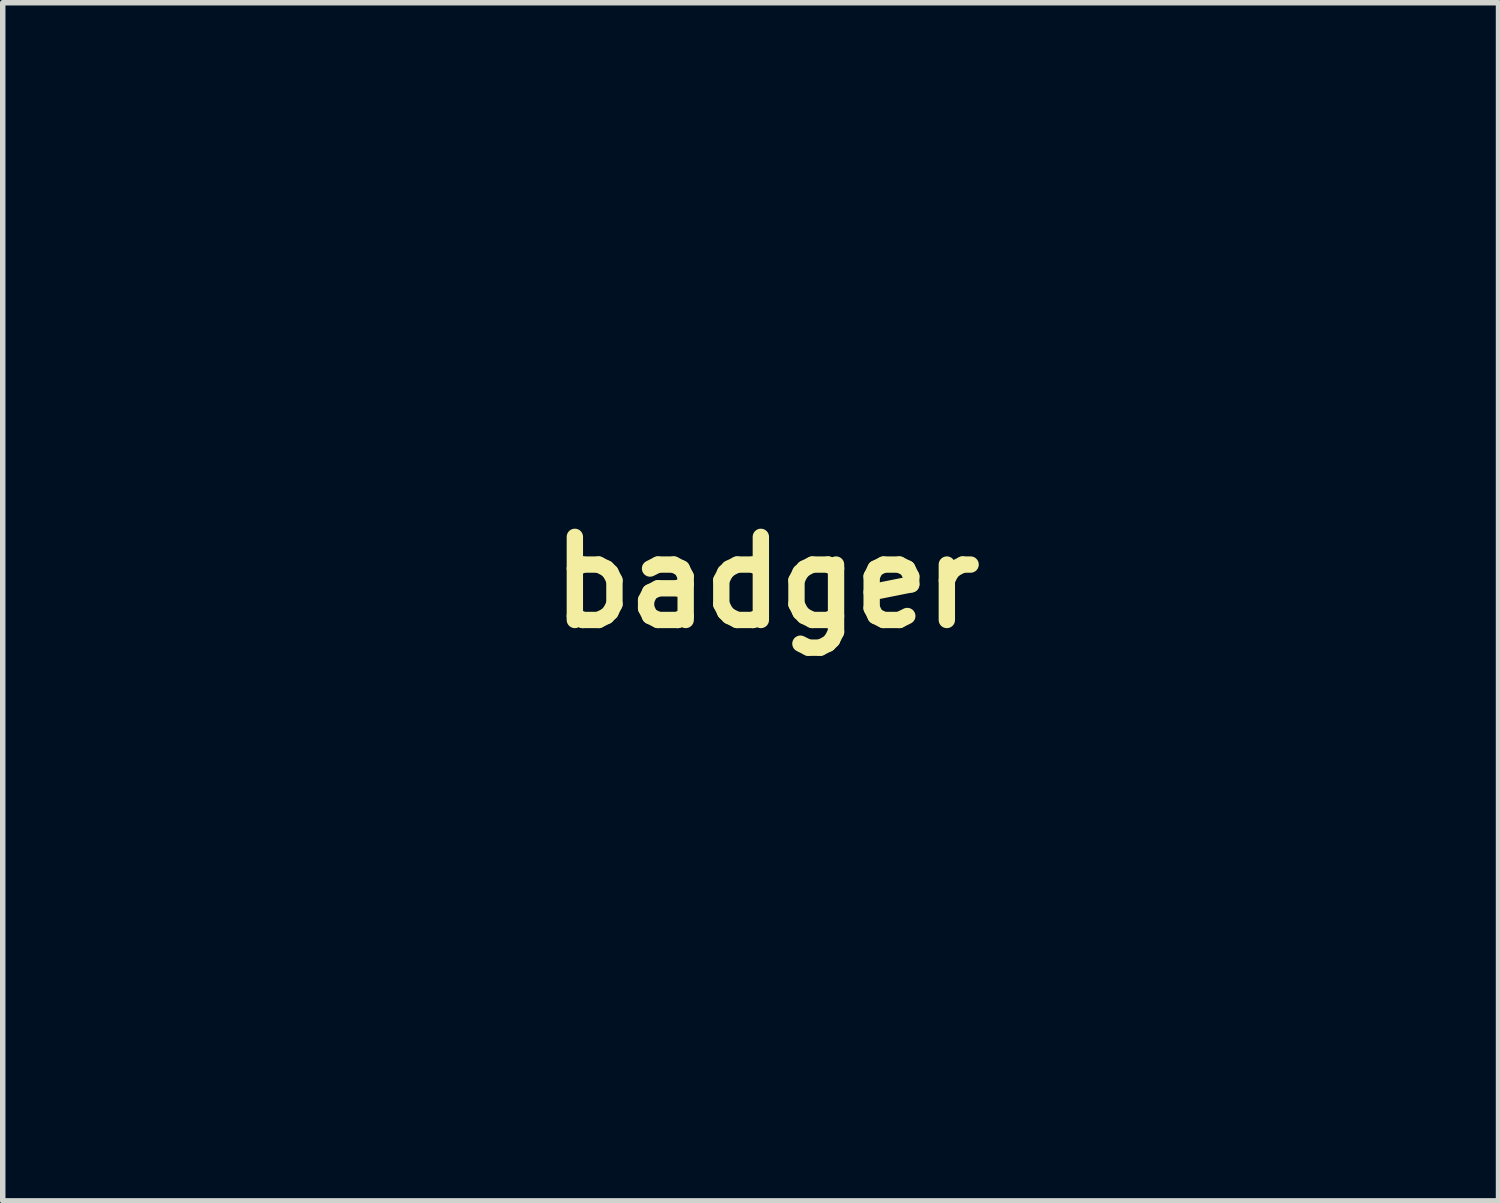
<source format=kicad_pcb>
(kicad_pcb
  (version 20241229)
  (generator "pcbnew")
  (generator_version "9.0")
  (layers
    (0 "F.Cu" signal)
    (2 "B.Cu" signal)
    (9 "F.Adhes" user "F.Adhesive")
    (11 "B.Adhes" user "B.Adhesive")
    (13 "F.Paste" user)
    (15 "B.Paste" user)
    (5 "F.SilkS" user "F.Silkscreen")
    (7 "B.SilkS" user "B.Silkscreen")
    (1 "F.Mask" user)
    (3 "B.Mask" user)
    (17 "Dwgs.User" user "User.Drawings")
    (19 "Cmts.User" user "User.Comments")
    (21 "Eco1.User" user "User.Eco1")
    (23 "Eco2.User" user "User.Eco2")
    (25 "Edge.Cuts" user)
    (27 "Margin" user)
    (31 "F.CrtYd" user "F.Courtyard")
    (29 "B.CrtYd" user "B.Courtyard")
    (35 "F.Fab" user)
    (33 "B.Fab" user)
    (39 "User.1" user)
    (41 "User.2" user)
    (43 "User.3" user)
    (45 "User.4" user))
  (footprint "badger"
    (layer "F.Cu")
    (at 11.012 7.63)
    (property "Reference" "badger" (at 0 0 0) (layer "F.SilkS") (effects (font (size 1.524 1.524) (thickness 0.3))))
    (attr through_hole)
    (fp_poly (pts (xy -9.694 7.853) (xy -9.716 7.874) (xy -9.737 7.853) (xy -9.716 7.832) (xy -9.694 7.853)) (stroke (width 0.01) (type solid)) (fill yes) (layer "F.Mask"))
    (fp_poly (pts (xy 5.495 -0.09) (xy 5.492 0.003) (xy 5.472 0.049) (xy 5.45 0.042) (xy 5.453 -0.035) (xy 5.456 -0.052) (xy 5.473 -0.135) (xy 5.484 -0.141) (xy 5.495 -0.09)) (stroke (width 0.01) (type solid)) (fill yes) (layer "F.Mask"))
    (fp_poly (pts (xy -9.187 1.73) (xy -9.235 1.824) (xy -9.326 1.937) (xy -9.451 2.054) (xy -9.468 2.068) (xy -9.7 2.252) (xy -9.686 2.069) (xy -9.674 1.965) (xy -9.645 1.898) (xy -9.578 1.844) (xy -9.454 1.78) (xy -9.44 1.773) (xy -9.316 1.716) (xy -9.227 1.68) (xy -9.195 1.672) (xy -9.187 1.73)) (stroke (width 0.01) (type solid)) (fill yes) (layer "F.Mask"))
    (fp_poly (pts (xy -8.972 3.175) (xy -9.111 3.364) (xy -9.201 3.482) (xy -9.26 3.539) (xy -9.301 3.545) (xy -9.341 3.507) (xy -9.344 3.503) (xy -9.408 3.386) (xy -9.459 3.232) (xy -9.49 3.072) (xy -9.494 2.936) (xy -9.478 2.869) (xy -9.412 2.796) (xy -9.322 2.735) (xy -9.206 2.675) (xy -8.972 3.175)) (stroke (width 0.01) (type solid)) (fill yes) (layer "F.Mask"))
    (fp_poly (pts (xy 7.577 3.493) (xy 7.61 3.52) (xy 7.69 3.593) (xy 7.712 3.645) (xy 7.686 3.71) (xy 7.669 3.74) (xy 7.609 3.826) (xy 7.56 3.843) (xy 7.494 3.792) (xy 7.458 3.754) (xy 7.384 3.66) (xy 7.374 3.583) (xy 7.424 3.493) (xy 7.424 3.492) (xy 7.466 3.445) (xy 7.508 3.443) (xy 7.577 3.493)) (stroke (width 0.01) (type solid)) (fill yes) (layer "F.Mask"))
    (fp_poly (pts (xy 8.11 2.43) (xy 8.206 2.473) (xy 8.273 2.505) (xy 8.462 2.597) (xy 8.305 2.822) (xy 8.221 2.937) (xy 8.155 3.019) (xy 8.122 3.047) (xy 8.083 3.017) (xy 8.015 2.94) (xy 7.983 2.901) (xy 7.871 2.754) (xy 7.958 2.583) (xy 8.014 2.481) (xy 8.055 2.421) (xy 8.064 2.413) (xy 8.11 2.43)) (stroke (width 0.01) (type solid)) (fill yes) (layer "F.Mask"))
    (fp_poly (pts (xy 8.065 1.359) (xy 8.117 1.381) (xy 8.27 1.456) (xy 8.362 1.528) (xy 8.413 1.614) (xy 8.416 1.62) (xy 8.447 1.711) (xy 8.456 1.758) (xy 8.455 1.759) (xy 8.419 1.739) (xy 8.331 1.681) (xy 8.209 1.596) (xy 8.174 1.571) (xy 8.01 1.447) (xy 7.917 1.363) (xy 7.895 1.32) (xy 7.944 1.318) (xy 8.065 1.359)) (stroke (width 0.01) (type solid)) (fill yes) (layer "F.Mask"))
    (fp_poly (pts (xy 6.345 4.129) (xy 6.478 4.172) (xy 6.616 4.23) (xy 6.777 4.304) (xy 6.918 4.377) (xy 7.012 4.433) (xy 7.019 4.438) (xy 7.058 4.471) (xy 7.065 4.492) (xy 7.028 4.504) (xy 6.935 4.51) (xy 6.775 4.512) (xy 6.67 4.512) (xy 6.223 4.512) (xy 6.075 4.36) (xy 5.99 4.268) (xy 5.936 4.2) (xy 5.927 4.181) (xy 5.964 4.159) (xy 6.06 4.135) (xy 6.119 4.125) (xy 6.234 4.115) (xy 6.345 4.129)) (stroke (width 0.01) (type solid)) (fill yes) (layer "F.Mask"))
    (fp_poly (pts (xy -6.875 4.182) (xy -6.777 4.211) (xy -6.728 4.242) (xy -6.727 4.247) (xy -6.754 4.301) (xy -6.824 4.388) (xy -6.918 4.488) (xy -7.014 4.578) (xy -7.091 4.638) (xy -7.123 4.652) (xy -7.19 4.638) (xy -7.309 4.607) (xy -7.429 4.574) (xy -7.563 4.532) (xy -7.623 4.502) (xy -7.616 4.481) (xy -7.595 4.472) (xy -7.514 4.436) (xy -7.39 4.37) (xy -7.264 4.298) (xy -7.12 4.217) (xy -7.017 4.178) (xy -6.926 4.173) (xy -6.875 4.182)) (stroke (width 0.01) (type solid)) (fill yes) (layer "F.Mask"))
    (fp_poly (pts (xy -8.282 3.69) (xy -8.175 3.745) (xy -8.104 3.783) (xy -8.092 3.792) (xy -8.11 3.828) (xy -8.172 3.912) (xy -8.265 4.028) (xy -8.303 4.074) (xy -8.419 4.213) (xy -8.52 4.339) (xy -8.588 4.43) (xy -8.597 4.443) (xy -8.633 4.494) (xy -8.659 4.501) (xy -8.685 4.455) (xy -8.719 4.344) (xy -8.739 4.275) (xy -8.78 4.129) (xy -8.815 4.014) (xy -8.833 3.957) (xy -8.812 3.907) (xy -8.739 3.828) (xy -8.654 3.755) (xy -8.457 3.602) (xy -8.282 3.69)) (stroke (width 0.01) (type solid)) (fill yes) (layer "F.Mask"))
    (fp_poly (pts (xy -0.51 0.443) (xy -0.304 0.455) (xy -0.13 0.476) (xy -0.054 0.492) (xy 0.006 0.514) (xy 0.016 0.552) (xy -0.019 0.633) (xy -0.028 0.65) (xy -0.076 0.742) (xy -0.105 0.794) (xy -0.107 0.796) (xy -0.15 0.792) (xy -0.25 0.769) (xy -0.361 0.739) (xy -0.52 0.703) (xy -0.674 0.695) (xy -0.849 0.716) (xy -1.07 0.769) (xy -1.122 0.783) (xy -1.194 0.779) (xy -1.259 0.71) (xy -1.282 0.673) (xy -1.327 0.581) (xy -1.342 0.526) (xy -1.34 0.522) (xy -1.266 0.49) (xy -1.126 0.465) (xy -0.94 0.449) (xy -0.728 0.442) (xy -0.51 0.443)) (stroke (width 0.01) (type solid)) (fill yes) (layer "F.Mask"))
    (fp_poly (pts (xy -5.427 3.915) (xy -5.435 3.962) (xy -5.485 4.056) (xy -5.567 4.178) (xy -5.668 4.312) (xy -5.777 4.439) (xy -5.983 4.613) (xy -6.269 4.775) (xy -6.286 4.782) (xy -6.462 4.873) (xy -6.644 4.985) (xy -6.844 5.128) (xy -7.074 5.31) (xy -7.346 5.54) (xy -7.498 5.673) (xy -7.763 5.905) (xy -7.641 5.694) (xy -7.457 5.392) (xy -7.252 5.091) (xy -7.042 4.811) (xy -6.845 4.577) (xy -6.77 4.498) (xy -6.66 4.389) (xy -6.569 4.309) (xy -6.477 4.248) (xy -6.364 4.195) (xy -6.211 4.14) (xy -5.998 4.072) (xy -5.977 4.065) (xy -5.778 4.004) (xy -5.611 3.955) (xy -5.49 3.924) (xy -5.43 3.914) (xy -5.427 3.915)) (stroke (width 0.01) (type solid)) (fill yes) (layer "F.Mask"))
    (fp_poly (pts (xy 2.981 0.94) (xy 3.073 0.975) (xy 3.13 1.05) (xy 3.168 1.174) (xy 3.175 1.206) (xy 3.197 1.41) (xy 3.161 1.566) (xy 3.062 1.696) (xy 2.997 1.749) (xy 2.834 1.825) (xy 2.633 1.854) (xy 2.424 1.835) (xy 2.265 1.781) (xy 2.127 1.702) (xy 1.999 1.616) (xy 1.976 1.598) (xy 1.857 1.502) (xy 1.981 1.331) (xy 2.015 1.291) (xy 2.667 1.291) (xy 2.696 1.339) (xy 2.756 1.343) (xy 2.803 1.305) (xy 2.807 1.292) (xy 2.78 1.25) (xy 2.741 1.236) (xy 2.678 1.252) (xy 2.667 1.291) (xy 2.015 1.291) (xy 2.116 1.172) (xy 2.264 1.066) (xy 2.45 0.999) (xy 2.628 0.965) (xy 2.838 0.939) (xy 2.981 0.94)) (stroke (width 0.01) (type solid)) (fill yes) (layer "F.Mask"))
    (fp_poly (pts (xy -6.24 3.115) (xy -6.298 3.206) (xy -6.394 3.333) (xy -6.516 3.485) (xy -6.654 3.647) (xy -6.8 3.807) (xy -6.856 3.867) (xy -7.046 4.054) (xy -7.217 4.193) (xy -7.396 4.306) (xy -7.511 4.366) (xy -7.745 4.495) (xy -7.982 4.653) (xy -8.232 4.849) (xy -8.507 5.092) (xy -8.818 5.391) (xy -8.929 5.502) (xy -9.412 5.989) (xy -9.185 5.547) (xy -8.979 5.17) (xy -8.757 4.805) (xy -8.53 4.47) (xy -8.309 4.182) (xy -8.12 3.97) (xy -8.027 3.878) (xy -7.945 3.804) (xy -7.861 3.741) (xy -7.76 3.682) (xy -7.63 3.619) (xy -7.456 3.545) (xy -7.226 3.452) (xy -7.048 3.381) (xy -6.806 3.286) (xy -6.59 3.203) (xy -6.415 3.137) (xy -6.292 3.093) (xy -6.232 3.074) (xy -6.229 3.074) (xy -6.24 3.115)) (stroke (width 0.01) (type solid)) (fill yes) (layer "F.Mask"))
    (fp_poly (pts (xy 4.583 3.717) (xy 4.739 3.758) (xy 4.922 3.811) (xy 5.113 3.871) (xy 5.294 3.933) (xy 5.448 3.991) (xy 5.557 4.04) (xy 5.567 4.045) (xy 5.721 4.155) (xy 5.904 4.322) (xy 6.101 4.534) (xy 6.298 4.774) (xy 6.338 4.826) (xy 6.412 4.931) (xy 6.507 5.069) (xy 6.61 5.226) (xy 6.713 5.386) (xy 6.807 5.534) (xy 6.881 5.655) (xy 6.925 5.734) (xy 6.933 5.756) (xy 6.898 5.73) (xy 6.815 5.659) (xy 6.696 5.556) (xy 6.604 5.476) (xy 6.256 5.181) (xy 5.948 4.945) (xy 5.67 4.76) (xy 5.41 4.618) (xy 5.354 4.592) (xy 5.153 4.488) (xy 4.966 4.37) (xy 4.833 4.262) (xy 4.713 4.137) (xy 4.599 4.002) (xy 4.503 3.874) (xy 4.438 3.769) (xy 4.416 3.704) (xy 4.419 3.694) (xy 4.47 3.694) (xy 4.583 3.717)) (stroke (width 0.01) (type solid)) (fill yes) (layer "F.Mask"))
    (fp_poly (pts (xy -3.808 0.808) (xy -3.632 0.83) (xy -3.535 0.852) (xy -3.427 0.901) (xy -3.301 0.986) (xy -3.175 1.09) (xy -3.066 1.199) (xy -2.993 1.294) (xy -2.973 1.361) (xy -2.973 1.363) (xy -3.025 1.424) (xy -3.134 1.501) (xy -3.274 1.582) (xy -3.424 1.653) (xy -3.56 1.702) (xy -3.629 1.717) (xy -3.777 1.716) (xy -3.917 1.693) (xy -3.923 1.691) (xy -4.039 1.631) (xy -4.153 1.535) (xy -4.171 1.515) (xy -4.239 1.424) (xy -4.268 1.338) (xy -4.269 1.222) (xy -4.268 1.215) (xy -3.887 1.215) (xy -3.866 1.243) (xy -3.803 1.259) (xy -3.745 1.214) (xy -3.735 1.193) (xy -3.756 1.153) (xy -3.806 1.143) (xy -3.883 1.163) (xy -3.887 1.215) (xy -4.268 1.215) (xy -4.262 1.152) (xy -4.24 1.012) (xy -4.209 0.903) (xy -4.189 0.865) (xy -4.112 0.826) (xy -3.977 0.807) (xy -3.808 0.808)) (stroke (width 0.01) (type solid)) (fill yes) (layer "F.Mask"))
    (fp_poly (pts (xy 5.574 2.945) (xy 5.735 3.006) (xy 5.945 3.084) (xy 6.174 3.17) (xy 6.35 3.235) (xy 6.553 3.312) (xy 6.74 3.386) (xy 6.888 3.447) (xy 6.973 3.487) (xy 7.121 3.588) (xy 7.298 3.752) (xy 7.494 3.965) (xy 7.697 4.215) (xy 7.895 4.49) (xy 7.936 4.551) (xy 8.054 4.732) (xy 8.176 4.928) (xy 8.294 5.124) (xy 8.402 5.308) (xy 8.492 5.468) (xy 8.555 5.589) (xy 8.586 5.66) (xy 8.585 5.673) (xy 8.55 5.645) (xy 8.473 5.571) (xy 8.369 5.467) (xy 8.359 5.457) (xy 8.249 5.349) (xy 8.093 5.204) (xy 7.91 5.038) (xy 7.717 4.867) (xy 7.662 4.82) (xy 7.413 4.612) (xy 7.197 4.449) (xy 6.988 4.315) (xy 6.761 4.192) (xy 6.734 4.179) (xy 6.379 3.973) (xy 6.055 3.722) (xy 5.746 3.412) (xy 5.489 3.1) (xy 5.285 2.835) (xy 5.574 2.945)) (stroke (width 0.01) (type solid)) (fill yes) (layer "F.Mask"))
    (fp_poly (pts (xy -6.726 2.038) (xy -6.796 2.124) (xy -6.909 2.249) (xy -7.054 2.402) (xy -7.182 2.533) (xy -7.403 2.751) (xy -7.583 2.916) (xy -7.734 3.038) (xy -7.871 3.129) (xy -7.956 3.175) (xy -8.184 3.305) (xy -8.453 3.487) (xy -8.766 3.724) (xy -9.126 4.019) (xy -9.536 4.374) (xy -9.754 4.567) (xy -9.821 4.621) (xy -9.846 4.627) (xy -9.841 4.614) (xy -9.774 4.503) (xy -9.668 4.341) (xy -9.537 4.144) (xy -9.39 3.931) (xy -9.242 3.718) (xy -9.102 3.523) (xy -8.983 3.363) (xy -8.952 3.321) (xy -8.804 3.142) (xy -8.64 2.956) (xy -8.486 2.796) (xy -8.437 2.75) (xy -8.341 2.664) (xy -8.25 2.594) (xy -8.148 2.532) (xy -8.022 2.469) (xy -7.855 2.398) (xy -7.633 2.312) (xy -7.459 2.247) (xy -7.227 2.162) (xy -7.023 2.091) (xy -6.859 2.037) (xy -6.749 2.006) (xy -6.706 2.001) (xy -6.726 2.038)) (stroke (width 0.01) (type solid)) (fill yes) (layer "F.Mask"))
    (fp_poly (pts (xy -6.612 1.205) (xy -6.636 1.236) (xy -6.717 1.303) (xy -6.842 1.396) (xy -6.996 1.506) (xy -7.166 1.624) (xy -7.337 1.738) (xy -7.496 1.84) (xy -7.615 1.911) (xy -7.819 2.015) (xy -8.054 2.114) (xy -8.27 2.188) (xy -8.271 2.189) (xy -8.511 2.271) (xy -8.809 2.395) (xy -9.157 2.557) (xy -9.542 2.75) (xy -9.954 2.971) (xy -10.096 3.05) (xy -10.296 3.161) (xy -10.487 3.268) (xy -10.649 3.358) (xy -10.753 3.416) (xy -10.943 3.521) (xy -10.689 3.281) (xy -10.306 2.927) (xy -9.934 2.596) (xy -9.58 2.294) (xy -9.252 2.028) (xy -8.958 1.804) (xy -8.705 1.629) (xy -8.502 1.509) (xy -8.489 1.502) (xy -8.395 1.461) (xy -8.281 1.425) (xy -8.136 1.392) (xy -7.944 1.359) (xy -7.691 1.324) (xy -7.451 1.293) (xy -7.197 1.263) (xy -6.973 1.237) (xy -6.793 1.218) (xy -6.669 1.207) (xy -6.614 1.205) (xy -6.612 1.205)) (stroke (width 0.01) (type solid)) (fill yes) (layer "F.Mask"))
    (fp_poly (pts (xy 5.73 1.842) (xy 5.84 1.873) (xy 5.999 1.924) (xy 6.194 1.989) (xy 6.41 2.063) (xy 6.632 2.142) (xy 6.845 2.22) (xy 7.036 2.291) (xy 7.188 2.352) (xy 7.289 2.396) (xy 7.294 2.399) (xy 7.427 2.491) (xy 7.597 2.645) (xy 7.795 2.853) (xy 8.012 3.104) (xy 8.242 3.39) (xy 8.476 3.7) (xy 8.706 4.025) (xy 8.761 4.106) (xy 8.889 4.298) (xy 8.975 4.429) (xy 9.027 4.511) (xy 9.052 4.555) (xy 9.054 4.57) (xy 9.051 4.57) (xy 9.016 4.544) (xy 8.929 4.472) (xy 8.803 4.366) (xy 8.649 4.235) (xy 8.615 4.206) (xy 8.231 3.887) (xy 7.868 3.603) (xy 7.536 3.361) (xy 7.244 3.167) (xy 7 3.029) (xy 6.996 3.027) (xy 6.854 2.951) (xy 6.721 2.865) (xy 6.584 2.758) (xy 6.426 2.617) (xy 6.231 2.429) (xy 6.164 2.362) (xy 5.999 2.195) (xy 5.86 2.049) (xy 5.756 1.933) (xy 5.696 1.859) (xy 5.686 1.836) (xy 5.73 1.842)) (stroke (width 0.01) (type solid)) (fill yes) (layer "F.Mask"))
    (fp_poly (pts (xy -8.062 0.398) (xy -7.867 0.413) (xy -7.654 0.436) (xy -7.441 0.463) (xy -7.241 0.494) (xy -7.072 0.526) (xy -6.948 0.557) (xy -6.885 0.584) (xy -6.881 0.596) (xy -6.934 0.641) (xy -7.047 0.711) (xy -7.202 0.798) (xy -7.38 0.891) (xy -7.565 0.982) (xy -7.739 1.061) (xy -7.752 1.066) (xy -7.957 1.141) (xy -8.189 1.21) (xy -8.361 1.25) (xy -8.606 1.315) (xy -8.911 1.425) (xy -9.277 1.583) (xy -9.706 1.79) (xy -10.201 2.046) (xy -10.287 2.092) (xy -10.536 2.225) (xy -10.719 2.322) (xy -10.847 2.388) (xy -10.93 2.428) (xy -10.978 2.445) (xy -11 2.446) (xy -11.006 2.434) (xy -11.007 2.428) (xy -10.976 2.383) (xy -10.889 2.292) (xy -10.757 2.165) (xy -10.589 2.009) (xy -10.394 1.834) (xy -10.183 1.648) (xy -9.965 1.46) (xy -9.75 1.278) (xy -9.548 1.11) (xy -9.368 0.966) (xy -9.252 0.877) (xy -8.948 0.666) (xy -8.69 0.517) (xy -8.471 0.427) (xy -8.341 0.397) (xy -8.225 0.392) (xy -8.062 0.398)) (stroke (width 0.01) (type solid)) (fill yes) (layer "F.Mask"))
    (fp_poly (pts (xy 5.767 1.036) (xy 5.943 1.054) (xy 6.165 1.078) (xy 6.422 1.108) (xy 6.522 1.12) (xy 6.853 1.162) (xy 7.116 1.2) (xy 7.329 1.243) (xy 7.51 1.296) (xy 7.675 1.366) (xy 7.842 1.46) (xy 8.028 1.584) (xy 8.25 1.747) (xy 8.386 1.848) (xy 8.572 1.991) (xy 8.778 2.155) (xy 8.997 2.334) (xy 9.22 2.52) (xy 9.437 2.705) (xy 9.642 2.882) (xy 9.824 3.044) (xy 9.975 3.182) (xy 10.087 3.29) (xy 10.151 3.36) (xy 10.158 3.385) (xy 10.157 3.384) (xy 10.114 3.364) (xy 10.018 3.31) (xy 9.885 3.234) (xy 9.842 3.21) (xy 9.539 3.038) (xy 9.208 2.861) (xy 8.866 2.686) (xy 8.524 2.519) (xy 8.199 2.367) (xy 7.902 2.237) (xy 7.649 2.134) (xy 7.453 2.066) (xy 7.429 2.059) (xy 6.984 1.904) (xy 6.625 1.728) (xy 6.455 1.629) (xy 6.271 1.514) (xy 6.087 1.394) (xy 5.915 1.278) (xy 5.769 1.174) (xy 5.663 1.091) (xy 5.608 1.039) (xy 5.605 1.027) (xy 5.65 1.027) (xy 5.767 1.036)) (stroke (width 0.01) (type solid)) (fill yes) (layer "F.Mask"))
    (fp_poly (pts (xy 7.491 0.206) (xy 7.611 0.234) (xy 7.776 0.303) (xy 7.993 0.423) (xy 8.251 0.589) (xy 8.542 0.793) (xy 8.855 1.029) (xy 9.18 1.291) (xy 9.215 1.32) (xy 9.394 1.471) (xy 9.584 1.635) (xy 9.776 1.803) (xy 9.959 1.966) (xy 10.124 2.116) (xy 10.26 2.243) (xy 10.36 2.338) (xy 10.411 2.394) (xy 10.414 2.404) (xy 10.372 2.384) (xy 10.265 2.331) (xy 10.101 2.249) (xy 9.892 2.144) (xy 9.646 2.021) (xy 9.374 1.883) (xy 9.335 1.863) (xy 8.952 1.672) (xy 8.629 1.515) (xy 8.355 1.388) (xy 8.114 1.286) (xy 7.894 1.203) (xy 7.681 1.133) (xy 7.462 1.072) (xy 7.26 1.022) (xy 7.109 0.978) (xy 6.924 0.913) (xy 6.721 0.833) (xy 6.513 0.744) (xy 6.313 0.653) (xy 6.135 0.565) (xy 5.992 0.487) (xy 5.898 0.426) (xy 5.867 0.387) (xy 5.87 0.382) (xy 5.934 0.357) (xy 6.069 0.328) (xy 6.262 0.296) (xy 6.501 0.264) (xy 6.772 0.232) (xy 6.971 0.212) (xy 7.195 0.195) (xy 7.36 0.192) (xy 7.491 0.206)) (stroke (width 0.01) (type solid)) (fill yes) (layer "F.Mask"))
    (fp_poly (pts (xy -3.173 -0.192) (xy -2.79 -0.087) (xy -2.778 -0.083) (xy -2.558 -0.001) (xy -2.554 0.285) (xy -2.542 0.452) (xy -2.508 0.659) (xy -2.448 0.919) (xy -2.361 1.244) (xy -2.355 1.266) (xy -2.29 1.5) (xy -2.234 1.708) (xy -2.191 1.876) (xy -2.165 1.989) (xy -2.159 2.029) (xy -2.197 2.093) (xy -2.298 2.175) (xy -2.449 2.264) (xy -2.631 2.353) (xy -2.831 2.432) (xy -2.9 2.455) (xy -3.21 2.527) (xy -3.56 2.565) (xy -3.918 2.569) (xy -4.251 2.538) (xy -4.44 2.499) (xy -4.598 2.452) (xy -4.726 2.408) (xy -4.801 2.373) (xy -4.806 2.37) (xy -4.851 2.308) (xy -4.912 2.196) (xy -4.955 2.105) (xy -4.996 1.993) (xy -5.028 1.864) (xy -5.053 1.7) (xy -5.073 1.483) (xy -5.089 1.254) (xy -5.114 0.922) (xy -5.12 0.872) (xy -4.508 0.872) (xy -4.499 1.098) (xy -4.453 1.377) (xy -4.343 1.602) (xy -4.171 1.77) (xy -3.941 1.878) (xy -3.845 1.902) (xy -3.689 1.93) (xy -3.58 1.937) (xy -3.481 1.921) (xy -3.354 1.878) (xy -3.305 1.86) (xy -3.128 1.781) (xy -2.962 1.687) (xy -2.826 1.592) (xy -2.743 1.508) (xy -2.731 1.486) (xy -2.738 1.401) (xy -2.802 1.283) (xy -2.909 1.146) (xy -3.045 1.006) (xy -3.198 0.877) (xy -3.355 0.773) (xy -3.383 0.758) (xy -3.616 0.679) (xy -3.876 0.657) (xy -4.132 0.692) (xy -4.32 0.767) (xy -4.508 0.872) (xy -5.12 0.872) (xy -5.146 0.667) (xy -5.184 0.482) (xy -5.206 0.416) (xy -5.285 0.208) (xy -5.12 0.104) (xy -4.791 -0.059) (xy -4.412 -0.172) (xy -4.004 -0.232) (xy -3.584 -0.24) (xy -3.173 -0.192)) (stroke (width 0.01) (type solid)) (fill yes) (layer "F.Mask"))
    (fp_poly (pts (xy 2.664 -0.156) (xy 3.021 -0.121) (xy 3.362 -0.058) (xy 3.669 0.033) (xy 3.923 0.147) (xy 4.056 0.238) (xy 4.122 0.307) (xy 4.128 0.38) (xy 4.108 0.439) (xy 4.089 0.525) (xy 4.067 0.676) (xy 4.045 0.873) (xy 4.026 1.095) (xy 4.022 1.154) (xy 3.986 1.532) (xy 3.934 1.85) (xy 3.866 2.1) (xy 3.785 2.276) (xy 3.728 2.347) (xy 3.65 2.396) (xy 3.519 2.457) (xy 3.36 2.52) (xy 3.338 2.527) (xy 3.079 2.595) (xy 2.769 2.639) (xy 2.438 2.658) (xy 2.118 2.651) (xy 1.838 2.616) (xy 1.799 2.607) (xy 1.631 2.561) (xy 1.452 2.499) (xy 1.282 2.431) (xy 1.143 2.365) (xy 1.057 2.31) (xy 1.042 2.294) (xy 1.043 2.237) (xy 1.066 2.106) (xy 1.11 1.909) (xy 1.172 1.654) (xy 1.224 1.455) (xy 1.651 1.455) (xy 1.686 1.528) (xy 1.777 1.622) (xy 1.905 1.723) (xy 2.051 1.814) (xy 2.162 1.866) (xy 2.341 1.917) (xy 2.547 1.941) (xy 2.747 1.938) (xy 2.91 1.906) (xy 2.955 1.888) (xy 3.151 1.739) (xy 3.296 1.523) (xy 3.388 1.241) (xy 3.411 1.108) (xy 3.44 0.889) (xy 3.13 0.748) (xy 2.972 0.678) (xy 2.863 0.641) (xy 2.774 0.63) (xy 2.68 0.641) (xy 2.603 0.658) (xy 2.399 0.716) (xy 2.231 0.794) (xy 2.056 0.912) (xy 2.04 0.924) (xy 1.932 1.022) (xy 1.823 1.149) (xy 1.729 1.282) (xy 1.666 1.396) (xy 1.651 1.455) (xy 1.224 1.455) (xy 1.252 1.348) (xy 1.346 0.998) (xy 1.377 0.889) (xy 1.411 0.725) (xy 1.437 0.521) (xy 1.449 0.327) (xy 1.455 -0.001) (xy 1.67 -0.066) (xy 1.97 -0.131) (xy 2.308 -0.16) (xy 2.664 -0.156)) (stroke (width 0.01) (type solid)) (fill yes) (layer "F.Mask"))
    (fp_poly (pts (xy -3.369 -0.425) (xy -3.066 -0.389) (xy -2.866 -0.346) (xy -2.448 -0.203) (xy -2.086 -0.018) (xy -1.785 0.202) (xy -1.548 0.453) (xy -1.379 0.73) (xy -1.282 1.027) (xy -1.261 1.338) (xy -1.321 1.659) (xy -1.332 1.693) (xy -1.454 1.937) (xy -1.65 2.174) (xy -1.906 2.396) (xy -2.21 2.592) (xy -2.55 2.754) (xy -2.857 2.857) (xy -3.069 2.899) (xy -3.338 2.928) (xy -3.636 2.944) (xy -3.936 2.945) (xy -4.21 2.931) (xy -4.424 2.903) (xy -4.829 2.801) (xy -5.206 2.662) (xy -5.542 2.492) (xy -5.826 2.299) (xy -6.045 2.088) (xy -6.155 1.933) (xy -6.247 1.737) (xy -6.282 1.558) (xy -6.262 1.362) (xy -6.223 1.218) (xy -6.201 1.164) (xy -5.903 1.164) (xy -5.895 1.356) (xy -5.864 1.505) (xy -5.803 1.652) (xy -5.79 1.677) (xy -5.617 1.927) (xy -5.374 2.157) (xy -5.078 2.355) (xy -4.743 2.512) (xy -4.46 2.6) (xy -4.238 2.637) (xy -3.963 2.657) (xy -3.667 2.66) (xy -3.379 2.647) (xy -3.131 2.618) (xy -3.052 2.602) (xy -2.686 2.485) (xy -2.352 2.318) (xy -2.062 2.111) (xy -1.831 1.873) (xy -1.703 1.677) (xy -1.636 1.527) (xy -1.601 1.381) (xy -1.59 1.198) (xy -1.59 1.164) (xy -1.621 0.877) (xy -1.718 0.622) (xy -1.888 0.384) (xy -2.034 0.239) (xy -2.37 -0.006) (xy -2.757 -0.184) (xy -3.194 -0.294) (xy -3.681 -0.337) (xy -3.747 -0.337) (xy -4.24 -0.303) (xy -4.683 -0.202) (xy -5.077 -0.033) (xy -5.419 0.204) (xy -5.459 0.239) (xy -5.678 0.472) (xy -5.82 0.715) (xy -5.891 0.98) (xy -5.903 1.164) (xy -6.201 1.164) (xy -6.054 0.812) (xy -5.816 0.449) (xy -5.516 0.138) (xy -5.163 -0.116) (xy -4.763 -0.304) (xy -4.572 -0.365) (xy -4.326 -0.412) (xy -4.026 -0.437) (xy -3.698 -0.442) (xy -3.369 -0.425)) (stroke (width 0.01) (type solid)) (fill yes) (layer "F.Mask"))
    (fp_poly (pts (xy 2.679 -0.436) (xy 2.864 -0.427) (xy 3.014 -0.409) (xy 3.155 -0.377) (xy 3.311 -0.33) (xy 3.326 -0.325) (xy 3.731 -0.151) (xy 4.1 0.087) (xy 4.42 0.381) (xy 4.679 0.718) (xy 4.789 0.914) (xy 4.909 1.218) (xy 4.951 1.49) (xy 4.918 1.732) (xy 4.852 1.879) (xy 4.673 2.113) (xy 4.422 2.334) (xy 4.113 2.535) (xy 3.757 2.707) (xy 3.381 2.838) (xy 3.122 2.893) (xy 2.812 2.93) (xy 2.482 2.949) (xy 2.158 2.946) (xy 1.869 2.923) (xy 1.721 2.897) (xy 1.278 2.768) (xy 0.888 2.594) (xy 0.557 2.38) (xy 0.291 2.13) (xy 0.095 1.847) (xy -0.002 1.615) (xy -0.059 1.373) (xy -0.063 1.164) (xy 0.266 1.164) (xy 0.278 1.446) (xy 0.366 1.716) (xy 0.524 1.97) (xy 0.744 2.199) (xy 1.017 2.397) (xy 1.337 2.559) (xy 1.695 2.677) (xy 2.085 2.745) (xy 2.117 2.748) (xy 2.4 2.758) (xy 2.708 2.744) (xy 3.007 2.709) (xy 3.263 2.656) (xy 3.302 2.644) (xy 3.676 2.496) (xy 4.001 2.297) (xy 4.269 2.057) (xy 4.466 1.784) (xy 4.48 1.758) (xy 4.54 1.629) (xy 4.574 1.507) (xy 4.589 1.359) (xy 4.591 1.206) (xy 4.553 0.86) (xy 4.445 0.56) (xy 4.266 0.305) (xy 4.016 0.098) (xy 3.696 -0.064) (xy 3.305 -0.178) (xy 3.236 -0.192) (xy 2.951 -0.231) (xy 2.627 -0.249) (xy 2.293 -0.247) (xy 1.984 -0.226) (xy 1.768 -0.192) (xy 1.392 -0.081) (xy 1.057 0.081) (xy 0.769 0.285) (xy 0.538 0.525) (xy 0.371 0.793) (xy 0.278 1.082) (xy 0.266 1.164) (xy -0.063 1.164) (xy -0.063 1.154) (xy -0.012 0.93) (xy 0.088 0.691) (xy 0.27 0.408) (xy 0.527 0.156) (xy 0.854 -0.063) (xy 1.244 -0.244) (xy 1.554 -0.347) (xy 1.725 -0.39) (xy 1.893 -0.418) (xy 2.084 -0.433) (xy 2.324 -0.439) (xy 2.434 -0.439) (xy 2.679 -0.436)) (stroke (width 0.01) (type solid)) (fill yes) (layer "F.Mask"))
    (fp_poly (pts (xy -0.254 4.453) (xy -0.218 4.455) (xy 0.067 4.505) (xy 0.368 4.612) (xy 0.669 4.767) (xy 0.954 4.957) (xy 1.207 5.171) (xy 1.414 5.4) (xy 1.558 5.632) (xy 1.591 5.715) (xy 1.659 6.012) (xy 1.673 6.328) (xy 1.634 6.633) (xy 1.555 6.872) (xy 1.396 7.157) (xy 1.204 7.386) (xy 0.968 7.566) (xy 0.679 7.702) (xy 0.327 7.801) (xy 0.027 7.854) (xy -0.154 7.879) (xy -0.302 7.899) (xy -0.397 7.91) (xy -0.423 7.913) (xy -0.471 7.903) (xy -0.583 7.881) (xy -0.737 7.849) (xy -0.825 7.83) (xy -1.251 7.711) (xy -1.61 7.544) (xy -1.907 7.327) (xy -2.149 7.054) (xy -2.23 6.92) (xy -1.99 6.92) (xy -1.954 7.04) (xy -1.866 7.158) (xy -1.717 7.258) (xy -1.556 7.284) (xy -1.403 7.234) (xy -1.333 7.179) (xy -1.259 7.082) (xy -1.206 6.971) (xy -1.186 6.875) (xy -1.186 6.873) (xy -0.377 6.873) (xy -0.373 7.11) (xy -0.365 7.325) (xy -0.354 7.502) (xy -0.353 7.508) (xy -0.333 7.667) (xy -0.313 7.748) (xy -0.292 7.754) (xy -0.273 7.691) (xy -0.257 7.566) (xy -0.245 7.382) (xy -0.238 7.145) (xy -0.236 6.985) (xy -0.237 6.928) (xy 0.56 6.928) (xy 0.591 7.021) (xy 0.643 7.118) (xy 0.703 7.188) (xy 0.715 7.196) (xy 0.855 7.237) (xy 1.005 7.22) (xy 1.126 7.148) (xy 1.131 7.144) (xy 1.205 7.041) (xy 1.247 6.953) (xy 1.25 6.88) (xy 1.197 6.858) (xy 1.082 6.884) (xy 1.036 6.901) (xy 0.895 6.921) (xy 0.758 6.894) (xy 0.648 6.869) (xy 0.576 6.866) (xy 0.566 6.871) (xy 0.56 6.928) (xy -0.237 6.928) (xy -0.239 6.675) (xy -0.248 6.412) (xy -0.262 6.203) (xy -0.281 6.055) (xy -0.304 5.974) (xy -0.329 5.968) (xy -0.341 5.99) (xy -0.355 6.068) (xy -0.366 6.213) (xy -0.373 6.407) (xy -0.377 6.633) (xy -0.377 6.873) (xy -1.186 6.873) (xy -1.199 6.831) (xy -1.25 6.828) (xy -1.348 6.849) (xy -1.378 6.859) (xy -1.544 6.889) (xy -1.736 6.873) (xy -1.894 6.834) (xy -1.964 6.825) (xy -1.988 6.872) (xy -1.99 6.92) (xy -2.23 6.92) (xy -2.307 6.791) (xy -2.372 6.651) (xy -2.41 6.529) (xy -2.428 6.393) (xy -2.433 6.208) (xy -2.433 6.181) (xy -2.421 5.94) (xy -2.379 5.741) (xy -2.295 5.561) (xy -2.159 5.375) (xy -2.018 5.217) (xy -1.983 5.186) (xy 0.677 5.186) (xy 0.707 5.233) (xy 0.766 5.238) (xy 0.813 5.2) (xy 0.817 5.186) (xy 0.79 5.145) (xy 0.751 5.13) (xy 0.688 5.147) (xy 0.677 5.186) (xy -1.983 5.186) (xy -1.772 4.998) (xy 0.086 4.998) (xy 0.113 5.052) (xy 0.19 5.08) (xy 0.21 5.076) (xy 0.354 5.076) (xy 0.362 5.126) (xy 0.428 5.165) (xy 0.519 5.158) (xy 0.595 5.111) (xy 0.614 5.078) (xy 0.612 4.976) (xy 0.556 4.895) (xy 0.481 4.868) (xy 0.426 4.904) (xy 0.377 4.986) (xy 0.354 5.076) (xy 0.21 5.076) (xy 0.277 5.061) (xy 0.325 5.013) (xy 0.319 4.93) (xy 0.26 4.864) (xy 0.176 4.845) (xy 0.156 4.85) (xy 0.098 4.91) (xy 0.086 4.998) (xy -1.772 4.998) (xy -1.751 4.979) (xy -1.432 4.78) (xy -1.047 4.611) (xy -0.913 4.563) (xy -0.711 4.5) (xy -0.556 4.464) (xy -0.414 4.45) (xy -0.254 4.453)) (stroke (width 0.01) (type solid)) (fill yes) (layer "F.Mask"))
    (fp_poly (pts (xy -2.088 2.705) (xy -2.097 2.802) (xy -2.118 2.938) (xy -2.147 3.09) (xy -2.18 3.235) (xy -2.187 3.26) (xy -2.229 3.378) (xy -2.303 3.552) (xy -2.4 3.762) (xy -2.512 3.988) (xy -2.573 4.106) (xy -2.781 4.502) (xy -2.951 4.833) (xy -3.087 5.109) (xy -3.194 5.337) (xy -3.274 5.528) (xy -3.331 5.69) (xy -3.368 5.832) (xy -3.39 5.965) (xy -3.4 6.096) (xy -3.402 6.206) (xy -3.359 6.54) (xy -3.24 6.853) (xy -3.05 7.135) (xy -2.798 7.373) (xy -2.646 7.474) (xy -2.475 7.563) (xy -2.253 7.664) (xy -1.995 7.769) (xy -1.716 7.875) (xy -1.433 7.976) (xy -1.161 8.065) (xy -0.916 8.138) (xy -0.714 8.189) (xy -0.569 8.212) (xy -0.547 8.213) (xy -0.419 8.197) (xy -0.23 8.152) (xy 0.005 8.085) (xy 0.27 8.001) (xy 0.549 7.905) (xy 0.827 7.803) (xy 1.087 7.701) (xy 1.313 7.603) (xy 1.491 7.516) (xy 1.557 7.478) (xy 1.826 7.263) (xy 2.048 6.995) (xy 2.211 6.692) (xy 2.304 6.372) (xy 2.316 6.275) (xy 2.321 6.09) (xy 2.298 5.897) (xy 2.245 5.685) (xy 2.157 5.446) (xy 2.032 5.168) (xy 1.865 4.844) (xy 1.653 4.463) (xy 1.603 4.375) (xy 1.488 4.168) (xy 1.375 3.954) (xy 1.28 3.761) (xy 1.23 3.652) (xy 1.172 3.499) (xy 1.117 3.325) (xy 1.069 3.149) (xy 1.034 2.993) (xy 1.017 2.875) (xy 1.022 2.816) (xy 1.023 2.816) (xy 1.068 2.82) (xy 1.174 2.847) (xy 1.32 2.892) (xy 1.378 2.911) (xy 1.513 2.954) (xy 1.633 2.985) (xy 1.756 3.005) (xy 1.902 3.017) (xy 2.091 3.023) (xy 2.342 3.025) (xy 2.398 3.025) (xy 3.081 3.027) (xy 2.958 3.182) (xy 2.812 3.408) (xy 2.728 3.632) (xy 2.71 3.777) (xy 2.721 3.879) (xy 2.75 4.035) (xy 2.792 4.221) (xy 2.816 4.318) (xy 2.901 4.694) (xy 2.944 5.037) (xy 2.948 5.383) (xy 2.916 5.765) (xy 2.903 5.863) (xy 2.874 6.069) (xy 2.847 6.249) (xy 2.825 6.386) (xy 2.811 6.456) (xy 2.808 6.505) (xy 2.836 6.491) (xy 2.887 6.429) (xy 2.952 6.329) (xy 3.022 6.206) (xy 3.089 6.071) (xy 3.125 5.988) (xy 3.21 5.801) (xy 3.312 5.61) (xy 3.399 5.468) (xy 3.501 5.301) (xy 3.595 5.115) (xy 3.638 5.014) (xy 3.723 4.808) (xy 3.809 4.663) (xy 3.911 4.554) (xy 4.048 4.461) (xy 4.05 4.46) (xy 4.16 4.401) (xy 4.254 4.372) (xy 4.367 4.368) (xy 4.52 4.381) (xy 4.7 4.411) (xy 4.849 4.456) (xy 4.914 4.49) (xy 5.016 4.548) (xy 5.159 4.616) (xy 5.263 4.657) (xy 5.393 4.71) (xy 5.488 4.756) (xy 5.522 4.78) (xy 5.495 4.811) (xy 5.407 4.869) (xy 5.272 4.945) (xy 5.153 5.007) (xy 4.545 5.338) (xy 3.973 5.711) (xy 3.415 6.142) (xy 2.963 6.538) (xy 2.422 6.996) (xy 1.861 7.381) (xy 1.261 7.707) (xy 0.773 7.921) (xy 0.608 7.982) (xy 0.405 8.051) (xy 0.182 8.122) (xy -0.044 8.191) (xy -0.256 8.252) (xy -0.436 8.3) (xy -0.568 8.33) (xy -0.628 8.337) (xy -0.691 8.325) (xy -0.819 8.292) (xy -0.999 8.243) (xy -1.214 8.183) (xy -1.377 8.135) (xy -1.75 8.02) (xy -2.08 7.903) (xy -2.381 7.776) (xy -2.668 7.632) (xy -2.953 7.462) (xy -3.251 7.259) (xy -3.576 7.015) (xy -3.941 6.722) (xy -4.106 6.585) (xy -4.491 6.27) (xy -4.833 6.002) (xy -5.148 5.769) (xy -5.453 5.56) (xy -5.765 5.363) (xy -5.955 5.249) (xy -6.447 4.959) (xy -6.176 4.836) (xy -6.01 4.748) (xy -5.854 4.64) (xy -5.757 4.555) (xy -5.664 4.462) (xy -5.587 4.417) (xy -5.49 4.407) (xy -5.388 4.413) (xy -5.213 4.444) (xy -5.091 4.5) (xy -5.079 4.51) (xy -4.992 4.609) (xy -4.882 4.772) (xy -4.745 5.003) (xy -4.581 5.306) (xy -4.386 5.682) (xy -4.339 5.775) (xy -4.228 5.994) (xy -4.126 6.184) (xy -4.042 6.334) (xy -3.983 6.432) (xy -3.955 6.464) (xy -3.941 6.431) (xy -3.943 6.317) (xy -3.963 6.125) (xy -3.988 5.938) (xy -4.033 5.536) (xy -4.043 5.179) (xy -4.014 4.835) (xy -3.947 4.47) (xy -3.911 4.319) (xy -3.847 4.035) (xy -3.816 3.812) (xy -3.82 3.632) (xy -3.862 3.476) (xy -3.942 3.326) (xy -4.026 3.211) (xy -4.156 3.048) (xy -3.693 3.048) (xy -3.173 3.013) (xy -2.695 2.909) (xy -2.338 2.773) (xy -2.213 2.717) (xy -2.125 2.678) (xy -2.094 2.667) (xy -2.088 2.705)) (stroke (width 0.01) (type solid)) (fill yes) (layer "F.Mask"))
    (fp_poly (pts (xy -8.125 -7.624) (xy -8.038 -7.6) (xy -7.952 -7.544) (xy -7.857 -7.447) (xy -7.742 -7.3) (xy -7.598 -7.094) (xy -7.524 -6.985) (xy -7.345 -6.721) (xy -7.201 -6.518) (xy -7.082 -6.366) (xy -6.979 -6.255) (xy -6.883 -6.174) (xy -6.783 -6.112) (xy -6.7 -6.072) (xy -6.276 -5.906) (xy -5.884 -5.799) (xy -5.501 -5.749) (xy -5.102 -5.751) (xy -4.953 -5.763) (xy -4.738 -5.787) (xy -4.576 -5.816) (xy -4.44 -5.858) (xy -4.297 -5.921) (xy -4.179 -5.982) (xy -3.977 -6.091) (xy -3.839 -6.177) (xy -3.753 -6.255) (xy -3.706 -6.34) (xy -3.686 -6.447) (xy -3.681 -6.59) (xy -3.681 -6.595) (xy -3.679 -6.879) (xy -3.606 -6.671) (xy -3.535 -6.505) (xy -3.464 -6.42) (xy -3.386 -6.413) (xy -3.293 -6.478) (xy -3.263 -6.509) (xy -3.182 -6.593) (xy -3.127 -6.641) (xy -3.116 -6.646) (xy -3.105 -6.609) (xy -3.102 -6.514) (xy -3.103 -6.466) (xy -3.105 -6.354) (xy -3.086 -6.305) (xy -3.031 -6.296) (xy -2.985 -6.301) (xy -2.81 -6.351) (xy -2.689 -6.45) (xy -2.64 -6.56) (xy -2.615 -6.682) (xy -2.46 -6.519) (xy -2.334 -6.408) (xy -2.237 -6.369) (xy -2.221 -6.37) (xy -2.139 -6.385) (xy -2.111 -6.389) (xy -2.079 -6.426) (xy -2.022 -6.518) (xy -1.951 -6.648) (xy -1.944 -6.662) (xy -1.804 -6.931) (xy -1.578 -6.746) (xy -1.388 -6.615) (xy -1.231 -6.56) (xy -1.101 -6.582) (xy -0.994 -6.682) (xy -0.922 -6.811) (xy -0.837 -7.006) (xy -0.785 -6.858) (xy -0.734 -6.757) (xy -0.676 -6.7) (xy -0.666 -6.697) (xy -0.599 -6.716) (xy -0.499 -6.78) (xy -0.425 -6.84) (xy -0.326 -6.922) (xy -0.253 -6.969) (xy -0.228 -6.973) (xy -0.222 -6.921) (xy -0.234 -6.816) (xy -0.247 -6.746) (xy -0.272 -6.6) (xy -0.266 -6.518) (xy -0.224 -6.483) (xy -0.165 -6.477) (xy -0.005 -6.516) (xy 0.136 -6.623) (xy 0.242 -6.779) (xy 0.299 -6.967) (xy 0.303 -7.013) (xy 0.311 -7.041) (xy 0.323 -6.996) (xy 0.335 -6.904) (xy 0.359 -6.768) (xy 0.392 -6.678) (xy 0.414 -6.656) (xy 0.473 -6.674) (xy 0.561 -6.74) (xy 0.613 -6.79) (xy 0.724 -6.899) (xy 0.794 -6.938) (xy 0.829 -6.904) (xy 0.834 -6.793) (xy 0.824 -6.668) (xy 0.81 -6.52) (xy 0.811 -6.437) (xy 0.83 -6.401) (xy 0.872 -6.392) (xy 0.881 -6.392) (xy 0.96 -6.412) (xy 1.086 -6.462) (xy 1.232 -6.533) (xy 1.237 -6.536) (xy 1.507 -6.679) (xy 1.465 -6.472) (xy 1.444 -6.314) (xy 1.466 -6.222) (xy 1.543 -6.187) (xy 1.685 -6.198) (xy 1.723 -6.205) (xy 1.847 -6.235) (xy 1.915 -6.277) (xy 1.954 -6.354) (xy 1.969 -6.406) (xy 2.014 -6.568) (xy 2.115 -6.353) (xy 2.174 -6.236) (xy 2.221 -6.158) (xy 2.24 -6.138) (xy 2.279 -6.167) (xy 2.354 -6.242) (xy 2.422 -6.318) (xy 2.58 -6.498) (xy 2.581 -6.321) (xy 2.611 -6.138) (xy 2.703 -6.004) (xy 2.864 -5.91) (xy 3.03 -5.864) (xy 3.281 -5.813) (xy 3.45 -6.005) (xy 3.689 -6.227) (xy 3.974 -6.416) (xy 4.273 -6.551) (xy 4.343 -6.573) (xy 4.896 -6.73) (xy 5.374 -6.864) (xy 5.785 -6.976) (xy 6.135 -7.067) (xy 6.429 -7.139) (xy 6.676 -7.194) (xy 6.881 -7.233) (xy 7.051 -7.258) (xy 7.192 -7.269) (xy 7.311 -7.269) (xy 7.408 -7.26) (xy 7.573 -7.227) (xy 7.688 -7.175) (xy 7.757 -7.094) (xy 7.785 -6.972) (xy 7.775 -6.797) (xy 7.731 -6.559) (xy 7.702 -6.432) (xy 7.659 -6.231) (xy 7.641 -6.095) (xy 7.647 -6.007) (xy 7.659 -5.974) (xy 7.699 -5.886) (xy 7.689 -5.849) (xy 7.642 -5.842) (xy 7.567 -5.805) (xy 7.501 -5.715) (xy 7.462 -5.603) (xy 7.461 -5.524) (xy 7.464 -5.446) (xy 7.445 -5.419) (xy 7.363 -5.381) (xy 7.291 -5.285) (xy 7.247 -5.156) (xy 7.239 -5.08) (xy 7.229 -4.974) (xy 7.204 -4.915) (xy 7.195 -4.911) (xy 7.143 -4.874) (xy 7.095 -4.784) (xy 7.06 -4.674) (xy 7.049 -4.573) (xy 7.061 -4.528) (xy 7.076 -4.463) (xy 7.018 -4.407) (xy 6.974 -4.37) (xy 6.952 -4.316) (xy 6.949 -4.222) (xy 6.962 -4.071) (xy 6.979 -3.929) (xy 7.007 -3.725) (xy 7.042 -3.484) (xy 7.081 -3.228) (xy 7.1 -3.115) (xy 7.141 -2.851) (xy 7.168 -2.652) (xy 7.182 -2.502) (xy 7.184 -2.381) (xy 7.175 -2.273) (xy 7.16 -2.175) (xy 7.122 -2.012) (xy 7.075 -1.865) (xy 7.041 -1.787) (xy 7.006 -1.721) (xy 6.999 -1.665) (xy 7.024 -1.599) (xy 7.09 -1.499) (xy 7.145 -1.421) (xy 7.248 -1.259) (xy 7.34 -1.084) (xy 7.392 -0.959) (xy 7.461 -0.805) (xy 7.564 -0.635) (xy 7.646 -0.527) (xy 7.761 -0.374) (xy 7.87 -0.199) (xy 7.962 -0.025) (xy 8.023 0.126) (xy 8.043 0.222) (xy 8.042 0.269) (xy 8.026 0.289) (xy 7.978 0.278) (xy 7.881 0.237) (xy 7.783 0.191) (xy 7.648 0.133) (xy 7.536 0.095) (xy 7.485 0.085) (xy 7.419 0.049) (xy 7.385 -0.011) (xy 7.337 -0.155) (xy 7.27 -0.334) (xy 7.191 -0.53) (xy 7.11 -0.721) (xy 7.036 -0.887) (xy 6.976 -1.008) (xy 6.946 -1.056) (xy 6.866 -1.159) (xy 6.746 -1.017) (xy 6.63 -0.914) (xy 6.445 -0.797) (xy 6.228 -0.686) (xy 6.039 -0.589) (xy 5.861 -0.486) (xy 5.719 -0.391) (xy 5.667 -0.349) (xy 5.572 -0.266) (xy 5.524 -0.235) (xy 5.507 -0.253) (xy 5.507 -0.302) (xy 5.521 -0.408) (xy 5.552 -0.542) (xy 5.561 -0.57) (xy 5.596 -0.661) (xy 5.652 -0.737) (xy 5.746 -0.815) (xy 5.895 -0.912) (xy 5.924 -0.93) (xy 6.133 -1.068) (xy 6.274 -1.188) (xy 6.361 -1.307) (xy 6.402 -1.439) (xy 6.411 -1.58) (xy 6.375 -1.823) (xy 6.274 -2.018) (xy 6.117 -2.157) (xy 5.912 -2.232) (xy 5.781 -2.244) (xy 5.596 -2.227) (xy 5.446 -2.169) (xy 5.295 -2.053) (xy 5.28 -2.039) (xy 5.21 -1.957) (xy 5.149 -1.841) (xy 5.09 -1.679) (xy 5.031 -1.461) (xy 4.967 -1.172) (xy 4.953 -1.104) (xy 4.866 -0.761) (xy 4.758 -0.484) (xy 4.618 -0.256) (xy 4.473 -0.092) (xy 4.286 0.092) (xy 4.101 -0.049) (xy 3.765 -0.256) (xy 3.375 -0.41) (xy 2.944 -0.509) (xy 2.488 -0.55) (xy 2.018 -0.531) (xy 1.692 -0.482) (xy 1.534 -0.452) (xy 1.413 -0.433) (xy 1.347 -0.427) (xy 1.341 -0.429) (xy 1.291 -0.52) (xy 1.22 -0.667) (xy 1.137 -0.85) (xy 1.051 -1.048) (xy 0.97 -1.241) (xy 0.903 -1.409) (xy 0.859 -1.53) (xy 0.849 -1.566) (xy 0.821 -1.764) (xy 0.808 -2.008) (xy 0.813 -2.26) (xy 0.833 -2.485) (xy 0.85 -2.581) (xy 0.884 -2.694) (xy 0.944 -2.861) (xy 1.022 -3.061) (xy 1.11 -3.272) (xy 1.113 -3.28) (xy 1.204 -3.493) (xy 1.265 -3.65) (xy 1.303 -3.776) (xy 1.323 -3.893) (xy 1.332 -4.022) (xy 1.333 -4.17) (xy 1.329 -4.371) (xy 1.314 -4.519) (xy 1.282 -4.645) (xy 1.226 -4.78) (xy 1.218 -4.798) (xy 1.083 -5.047) (xy 0.923 -5.28) (xy 0.752 -5.483) (xy 0.58 -5.642) (xy 0.422 -5.741) (xy 0.369 -5.76) (xy 0.275 -5.775) (xy 0.113 -5.787) (xy -0.099 -5.796) (xy -0.344 -5.801) (xy -0.566 -5.803) (xy -0.904 -5.799) (xy -1.17 -5.787) (xy -1.38 -5.759) (xy -1.547 -5.713) (xy -1.685 -5.642) (xy -1.807 -5.541) (xy -1.928 -5.406) (xy -2.038 -5.262) (xy -2.219 -4.993) (xy -2.34 -4.751) (xy -2.408 -4.513) (xy -2.433 -4.256) (xy -2.434 -4.212) (xy -2.431 -4.061) (xy -2.419 -3.933) (xy -2.391 -3.807) (xy -2.343 -3.658) (xy -2.268 -3.463) (xy -2.233 -3.376) (xy -2.109 -3.062) (xy -2.02 -2.803) (xy -1.96 -2.583) (xy -1.924 -2.38) (xy -1.907 -2.178) (xy -1.905 -2.051) (xy -1.911 -1.856) (xy -1.931 -1.68) (xy -1.972 -1.503) (xy -2.038 -1.307) (xy -2.135 -1.072) (xy -2.253 -0.814) (xy -2.349 -0.613) (xy -2.419 -0.478) (xy -2.471 -0.398) (xy -2.513 -0.362) (xy -2.553 -0.357) (xy -2.561 -0.359) (xy -2.646 -0.384) (xy -2.78 -0.422) (xy -2.9 -0.456) (xy -3.042 -0.489) (xy -3.212 -0.511) (xy -3.426 -0.523) (xy -3.703 -0.528) (xy -3.789 -0.528) (xy -4.044 -0.526) (xy -4.234 -0.52) (xy -4.381 -0.508) (xy -4.504 -0.486) (xy -4.625 -0.454) (xy -4.749 -0.412) (xy -4.94 -0.338) (xy -5.133 -0.25) (xy -5.287 -0.168) (xy -5.292 -0.165) (xy -5.509 -0.032) (xy -5.634 -0.152) (xy -5.792 -0.356) (xy -5.92 -0.632) (xy -6.015 -0.974) (xy -6.035 -1.081) (xy -6.107 -1.443) (xy -6.191 -1.728) (xy -6.291 -1.943) (xy -6.412 -2.094) (xy -6.56 -2.189) (xy -6.739 -2.236) (xy -6.869 -2.244) (xy -7.088 -2.204) (xy -7.274 -2.088) (xy -7.423 -1.899) (xy -7.442 -1.862) (xy -7.517 -1.649) (xy -7.511 -1.45) (xy -7.424 -1.263) (xy -7.255 -1.088) (xy -7.003 -0.92) (xy -6.986 -0.91) (xy -6.824 -0.813) (xy -6.679 -0.709) (xy -6.578 -0.619) (xy -6.567 -0.607) (xy -6.474 -0.482) (xy -6.371 -0.327) (xy -6.274 -0.167) (xy -6.198 -0.026) (xy -6.16 0.064) (xy -6.149 0.111) (xy -6.168 0.085) (xy -6.186 0.053) (xy -6.259 -0.038) (xy -6.392 -0.158) (xy -6.569 -0.295) (xy -6.774 -0.437) (xy -6.991 -0.574) (xy -7.204 -0.695) (xy -7.323 -0.754) (xy -7.505 -0.843) (xy -7.67 -0.927) (xy -7.795 -0.996) (xy -7.844 -1.026) (xy -7.935 -1.078) (xy -7.998 -1.075) (xy -8.024 -1.057) (xy -8.062 -1.004) (xy -8.129 -0.888) (xy -8.22 -0.721) (xy -8.328 -0.517) (xy -8.444 -0.288) (xy -8.447 -0.28) (xy -8.809 0.445) (xy -9.125 0.665) (xy -9.262 0.755) (xy -9.369 0.816) (xy -9.431 0.838) (xy -9.44 0.832) (xy -9.427 0.762) (xy -9.392 0.633) (xy -9.342 0.466) (xy -9.284 0.281) (xy -9.223 0.101) (xy -9.168 -0.056) (xy -9.124 -0.167) (xy -9.112 -0.191) (xy -9.043 -0.302) (xy -8.946 -0.429) (xy -8.912 -0.469) (xy -8.829 -0.58) (xy -8.731 -0.739) (xy -8.637 -0.915) (xy -8.62 -0.951) (xy -8.528 -1.133) (xy -8.429 -1.313) (xy -8.343 -1.455) (xy -8.331 -1.474) (xy -8.199 -1.665) (xy -8.314 -1.859) (xy -8.463 -2.129) (xy -8.594 -2.4) (xy -8.697 -2.655) (xy -8.765 -2.872) (xy -8.785 -2.977) (xy -8.807 -3.115) (xy -8.834 -3.188) (xy -8.875 -3.215) (xy -8.902 -3.217) (xy -8.959 -3.221) (xy -8.96 -3.245) (xy -8.904 -3.309) (xy -8.897 -3.315) (xy -8.831 -3.418) (xy -8.805 -3.518) (xy -8.83 -3.633) (xy -8.889 -3.738) (xy -8.965 -3.802) (xy -8.998 -3.81) (xy -9.042 -3.817) (xy -9.054 -3.851) (xy -9.036 -3.931) (xy -8.997 -4.043) (xy -8.941 -4.269) (xy -8.953 -4.469) (xy -9.015 -4.632) (xy -9.065 -4.737) (xy -9.077 -4.8) (xy -9.049 -4.857) (xy -9.015 -4.901) (xy -8.951 -5.045) (xy -8.937 -5.236) (xy -8.973 -5.453) (xy -8.996 -5.523) (xy -9.03 -5.633) (xy -9.029 -5.699) (xy -8.989 -5.753) (xy -8.973 -5.768) (xy -8.911 -5.828) (xy -8.888 -5.854) (xy -8.884 -5.897) (xy -8.875 -6.008) (xy -8.863 -6.169) (xy -8.849 -6.357) (xy -8.827 -6.604) (xy -8.8 -6.79) (xy -8.762 -6.942) (xy -8.708 -7.084) (xy -8.697 -7.11) (xy -8.598 -7.29) (xy -8.479 -7.446) (xy -8.356 -7.563) (xy -8.244 -7.621) (xy -8.222 -7.625) (xy -8.125 -7.624)) (stroke (width 0.01) (type solid)) (fill yes) (layer "F.Mask")))
  (gr_rect
    (start -3 -3)
    (end 24.431 18.972)
    (stroke (width 0.1) (type default))
    (fill no)
    (layer "Edge.Cuts")))
</source>
